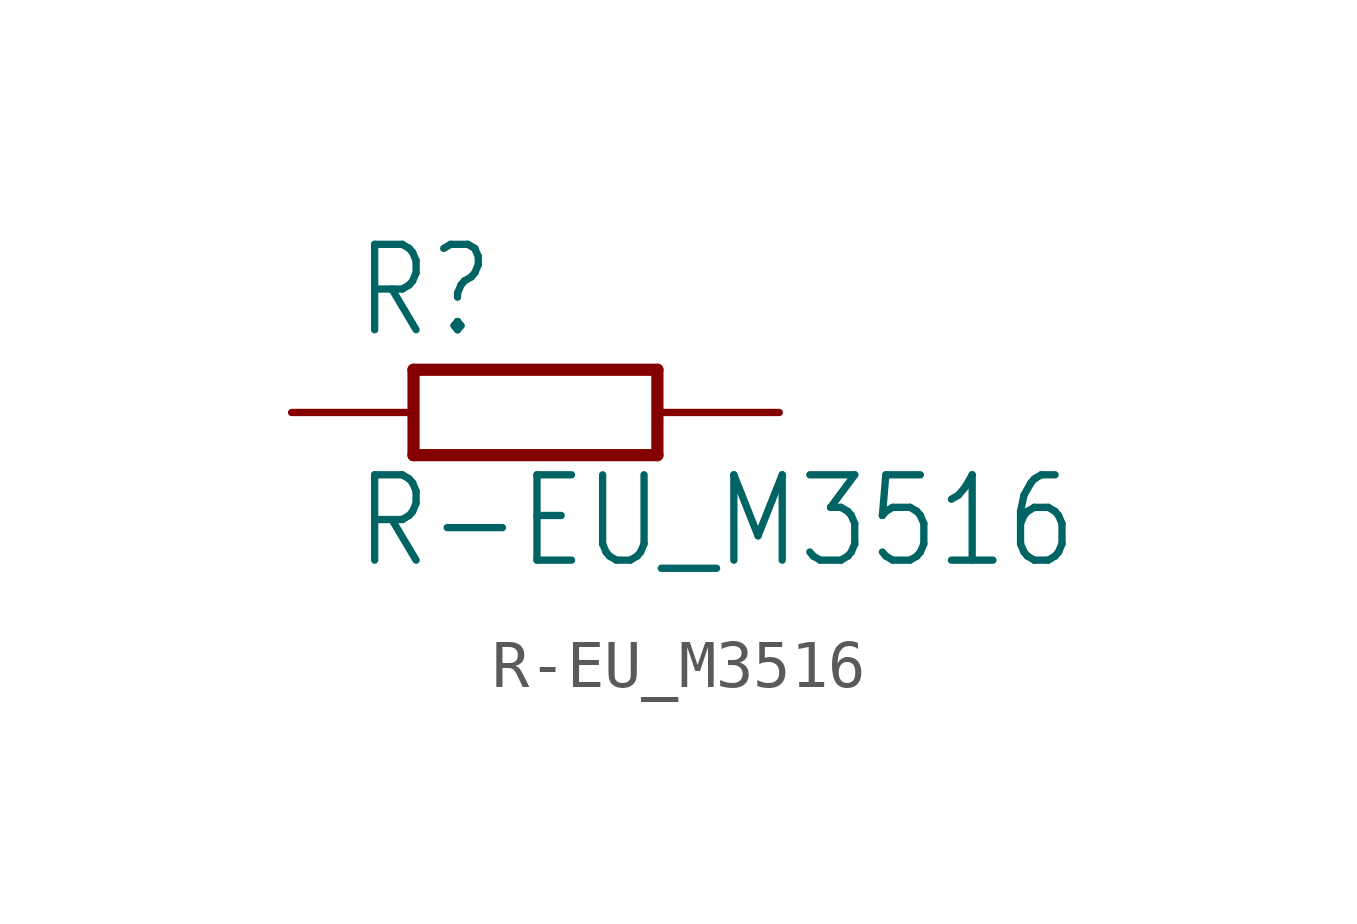
<source format=kicad_sym>
(kicad_symbol_lib
  (version 20220331)
  (generator kicad_symbol_editor)
  (symbol "R-EU_M3516"
    (property "Reference" "R"
      (at -3.81 1.499 0)
      (effects (font (size 1.778 1.511)) (justify left bottom)))
    (property "Value" "R-EU_M3516"
      (at -3.81 -3.302 0)
      (effects (font (size 1.778 1.511)) (justify left bottom)))
    (property "ki_locked" ""
      (at 0 0 0)
      (effects (font (size 1.27 1.27))))
    (symbol "R-EU_M3516_1_0"
      (polyline (pts (xy -2.54 -0.889) (xy -2.54 0.889)) (stroke (width 0.254) (type solid)) (fill (type none)))
      (polyline (pts (xy -2.54 -0.889) (xy 2.54 -0.889)) (stroke (width 0.254) (type solid)) (fill (type none)))
      (polyline (pts (xy 2.54 -0.889) (xy 2.54 0.889)) (stroke (width 0.254) (type solid)) (fill (type none)))
      (polyline (pts (xy 2.54 0.889) (xy -2.54 0.889)) (stroke (width 0.254) (type solid)) (fill (type none)))
      (pin passive line (at -5.08 0 0) (length 2.54) (name "1" (effects (font (size 0 0)))) (number "1" (effects (font (size 0 0)))))
      (pin passive line (at 5.08 0 180) (length 2.54) (name "2" (effects (font (size 0 0)))) (number "2" (effects (font (size 0 0))))))))
</source>
